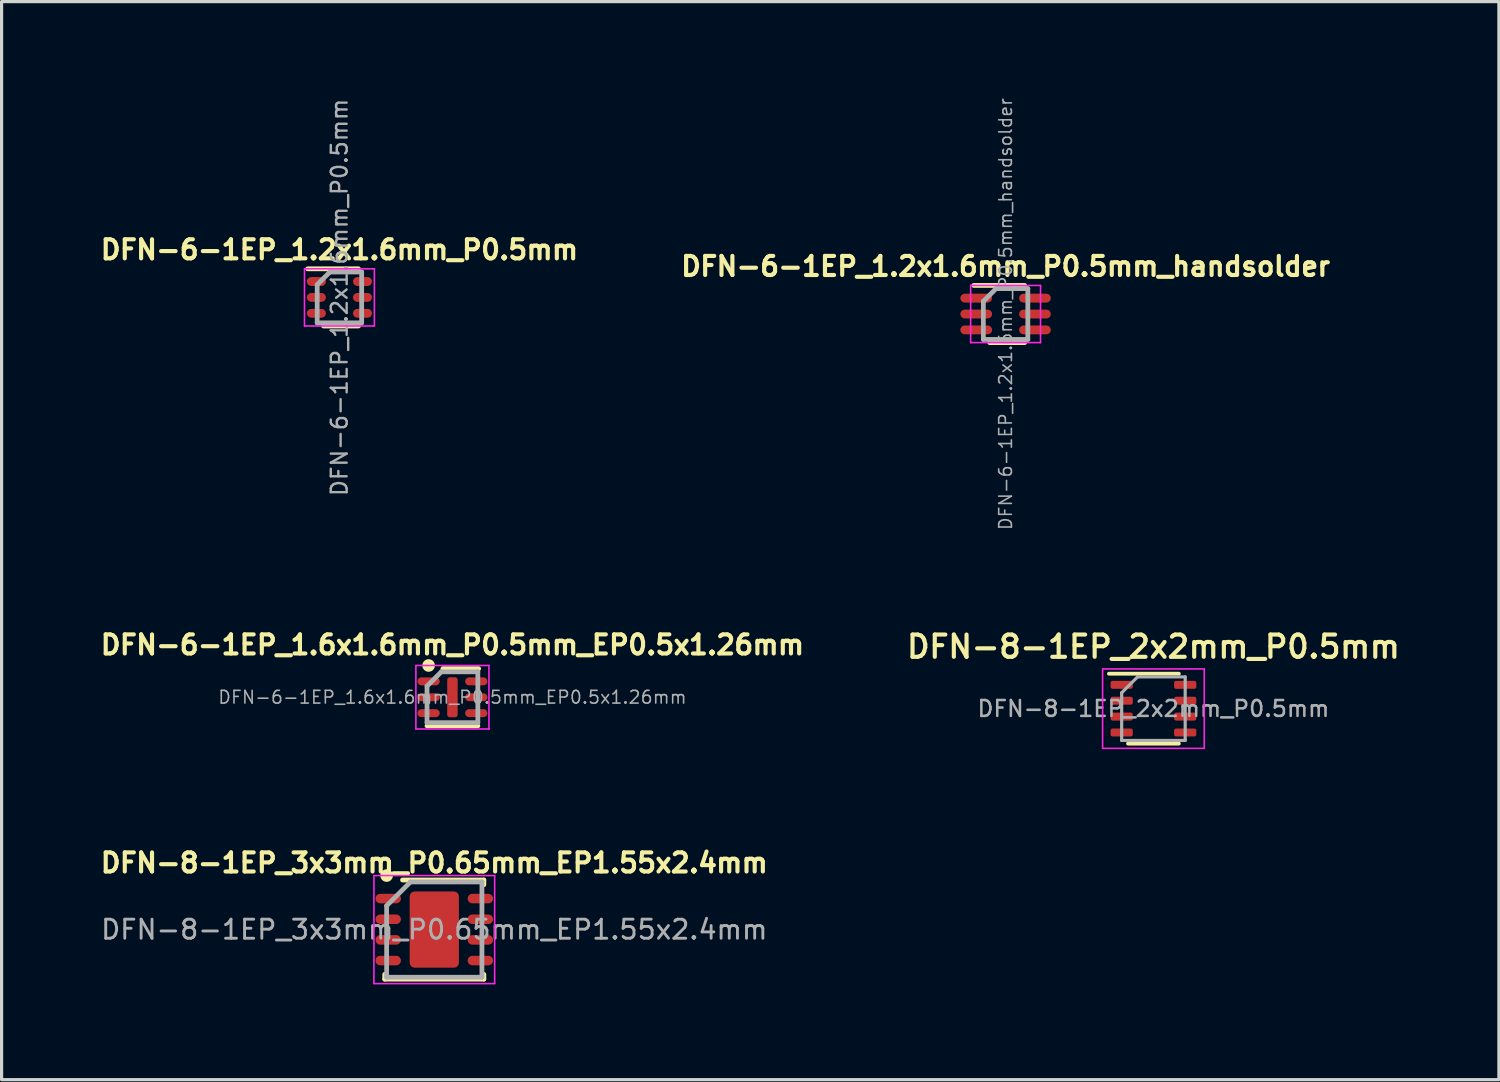
<source format=kicad_pcb>
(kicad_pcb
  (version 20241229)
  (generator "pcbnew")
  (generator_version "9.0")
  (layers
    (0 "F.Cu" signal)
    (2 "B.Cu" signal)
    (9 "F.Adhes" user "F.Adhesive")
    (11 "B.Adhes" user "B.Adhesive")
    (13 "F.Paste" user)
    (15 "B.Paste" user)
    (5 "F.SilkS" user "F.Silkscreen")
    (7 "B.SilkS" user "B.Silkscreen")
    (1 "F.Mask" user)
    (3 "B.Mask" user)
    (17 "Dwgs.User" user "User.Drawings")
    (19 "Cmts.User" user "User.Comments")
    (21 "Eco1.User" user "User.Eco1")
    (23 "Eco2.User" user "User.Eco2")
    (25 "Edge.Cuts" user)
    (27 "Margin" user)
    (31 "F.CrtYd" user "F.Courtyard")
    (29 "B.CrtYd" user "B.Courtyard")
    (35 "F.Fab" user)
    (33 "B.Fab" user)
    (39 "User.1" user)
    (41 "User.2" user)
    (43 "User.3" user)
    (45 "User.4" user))
  (footprint "DFN-6-1EP_1.6x1.6mm_P0.5mm_EP0.5x1.26mm"
    (layer "F.Cu")
    (at 11.192 18.899)
    (property "Reference" "DFN-6-1EP_1.6x1.6mm_P0.5mm_EP0.5x1.26mm" (at 0 -1.65 0) (layer "F.SilkS") (effects (font (size 0.6 0.6) (thickness 0.13))))
    (property "Value" "${VALUE}" (at 0 1.35 0) (layer "F.Fab") (hide yes) (effects (font (size 0.4 0.4) (thickness 0.05))))
    (attr smd)
    (fp_line (start -0.8 0.9) (end 0.8 0.9) (stroke (width 0.15) (type solid)) (layer "F.SilkS"))
    (fp_line (start -0.3 -0.9) (end 0.825 -0.9) (stroke (width 0.15) (type solid)) (layer "F.SilkS"))
    (fp_circle (center -0.75 -1) (end -0.65 -1) (stroke (width 0.2) (type solid)) (fill no) (layer "F.SilkS"))
    (fp_line (start -1.15 -1) (end -1.15 1) (stroke (width 0.05) (type solid)) (layer "F.CrtYd"))
    (fp_line (start -1.15 -1) (end 1.15 -1) (stroke (width 0.05) (type solid)) (layer "F.CrtYd"))
    (fp_line (start -1.15 1) (end 1.15 1) (stroke (width 0.05) (type solid)) (layer "F.CrtYd"))
    (fp_line (start 1.15 -1) (end 1.15 1) (stroke (width 0.05) (type solid)) (layer "F.CrtYd"))
    (fp_line (start -0.8 -0.35) (end -0.35 -0.8) (stroke (width 0.15) (type solid)) (layer "F.Fab"))
    (fp_line (start -0.8 0.8) (end -0.8 -0.35) (stroke (width 0.15) (type solid)) (layer "F.Fab"))
    (fp_line (start -0.35 -0.8) (end 0.8 -0.8) (stroke (width 0.15) (type solid)) (layer "F.Fab"))
    (fp_line (start 0.8 -0.8) (end 0.8 0.8) (stroke (width 0.15) (type solid)) (layer "F.Fab"))
    (fp_line (start 0.8 0.8) (end -0.8 0.8) (stroke (width 0.15) (type solid)) (layer "F.Fab"))
    (fp_text user "${REFERENCE}" (at 0 0 0) (layer "F.Fab") (effects (font (size 0.4 0.4) (thickness 0.05))))
    (pad "1" smd oval (at -0.75 -0.5) (size 0.7 0.25) (layers "F.Cu" "F.Mask" "F.Paste"))
    (pad "2" smd oval (at -0.75 0) (size 0.7 0.25) (layers "F.Cu" "F.Mask" "F.Paste"))
    (pad "3" smd oval (at -0.75 0.5) (size 0.7 0.25) (layers "F.Cu" "F.Mask" "F.Paste"))
    (pad "4" smd oval (at 0.75 0.5) (size 0.7 0.25) (layers "F.Cu" "F.Mask" "F.Paste"))
    (pad "5" smd oval (at 0.75 0) (size 0.7 0.25) (layers "F.Cu" "F.Mask" "F.Paste"))
    (pad "6" smd oval (at 0.75 -0.5) (size 0.7 0.25) (layers "F.Cu" "F.Mask" "F.Paste"))
    (pad "7" smd roundrect (at 0 0) (size 0.33 1.26) (layers "F.Cu" "F.Mask" "F.Paste") (roundrect_rratio 0.25)))
  (footprint "DFN-8-1EP_3x3mm_P0.65mm_EP1.55x2.4mm"
    (layer "F.Cu")
    (at 10.621 26.212)
    (property "Reference" "DFN-8-1EP_3x3mm_P0.65mm_EP1.55x2.4mm" (at 0 -2.1 0) (layer "F.SilkS") (effects (font (size 0.6 0.6) (thickness 0.13))))
    (property "Value" "${VALUE}" (at 0 2 0) (layer "F.Fab") (hide yes) (effects (font (size 0.4 0.4) (thickness 0.05))))
    (attr smd)
    (fp_line (start -1.56 1.56) (end -1.56 1.41) (stroke (width 0.15) (type solid)) (layer "F.SilkS"))
    (fp_line (start -1.56 1.56) (end 1.56 1.56) (stroke (width 0.15) (type solid)) (layer "F.SilkS"))
    (fp_line (start -1 -1.56) (end 1.56 -1.56) (stroke (width 0.15) (type solid)) (layer "F.SilkS"))
    (fp_line (start 1.56 -1.56) (end 1.56 -1.41) (stroke (width 0.15) (type solid)) (layer "F.SilkS"))
    (fp_line (start 1.56 1.56) (end 1.56 1.41) (stroke (width 0.15) (type solid)) (layer "F.SilkS"))
    (fp_circle (center -1.5 -1.7) (end -1.4 -1.7) (stroke (width 0.2) (type solid)) (fill no) (layer "F.SilkS"))
    (fp_line (start -1.9 -1.7) (end -1.9 1.7) (stroke (width 0.05) (type solid)) (layer "F.CrtYd"))
    (fp_line (start -1.9 -1.7) (end 1.9 -1.7) (stroke (width 0.05) (type solid)) (layer "F.CrtYd"))
    (fp_line (start -1.9 1.7) (end 1.9 1.7) (stroke (width 0.05) (type solid)) (layer "F.CrtYd"))
    (fp_line (start 1.9 -1.7) (end 1.9 1.7) (stroke (width 0.05) (type solid)) (layer "F.CrtYd"))
    (fp_line (start -1.5 -0.75) (end -0.75 -1.5) (stroke (width 0.15) (type solid)) (layer "F.Fab"))
    (fp_line (start -1.5 1.5) (end -1.5 -0.75) (stroke (width 0.15) (type solid)) (layer "F.Fab"))
    (fp_line (start -0.75 -1.5) (end 1.5 -1.5) (stroke (width 0.15) (type solid)) (layer "F.Fab"))
    (fp_line (start 1.5 -1.5) (end 1.5 1.5) (stroke (width 0.15) (type solid)) (layer "F.Fab"))
    (fp_line (start 1.5 1.5) (end -1.5 1.5) (stroke (width 0.15) (type solid)) (layer "F.Fab"))
    (fp_text user "${REFERENCE}" (at 0 0 0) (layer "F.Fab") (effects (font (size 0.6 0.6) (thickness 0.09))))
    (pad "" smd rect (at -0.388 -0.6) (size 0.6 1) (layers "F.Paste"))
    (pad "" smd rect (at -0.388 0.6) (size 0.6 1) (layers "F.Paste"))
    (pad "" smd rect (at 0.388 -0.6) (size 0.6 1) (layers "F.Paste"))
    (pad "" smd rect (at 0.388 0.6) (size 0.6 1) (layers "F.Paste"))
    (pad "1" smd oval (at -1.45 -0.975) (size 0.8 0.3) (layers "F.Cu" "F.Mask" "F.Paste"))
    (pad "2" smd oval (at -1.45 -0.325) (size 0.8 0.3) (layers "F.Cu" "F.Mask" "F.Paste"))
    (pad "3" smd oval (at -1.45 0.325) (size 0.8 0.3) (layers "F.Cu" "F.Mask" "F.Paste"))
    (pad "4" smd oval (at -1.45 0.975) (size 0.8 0.3) (layers "F.Cu" "F.Mask" "F.Paste"))
    (pad "5" smd oval (at 1.45 0.975) (size 0.8 0.3) (layers "F.Cu" "F.Mask" "F.Paste"))
    (pad "6" smd oval (at 1.45 0.325) (size 0.8 0.3) (layers "F.Cu" "F.Mask" "F.Paste"))
    (pad "7" smd oval (at 1.45 -0.325) (size 0.8 0.3) (layers "F.Cu" "F.Mask" "F.Paste"))
    (pad "8" smd oval (at 1.45 -0.975) (size 0.8 0.3) (layers "F.Cu" "F.Mask" "F.Paste"))
    (pad "9" smd roundrect (at 0 0) (size 1.55 2.4) (layers "F.Cu" "F.Mask") (roundrect_rratio 0.1)))
  (footprint "DFN-6-1EP_1.2x1.6mm_P0.5mm"
    (layer "F.Cu")
    (at 7.635 6.312)
    (property "Reference" "DFN-6-1EP_1.2x1.6mm_P0.5mm" (at 0 -1.5 0) (layer "F.SilkS") (effects (font (size 0.6 0.6) (thickness 0.13))))
    (attr smd)
    (fp_line (start -1 -0.9) (end 0.6 -0.9) (stroke (width 0.15) (type solid)) (layer "F.SilkS"))
    (fp_line (start -0.5 0.9) (end 0.6 0.9) (stroke (width 0.15) (type solid)) (layer "F.SilkS"))
    (fp_line (start -1.1 -0.9) (end -1.1 0.9) (stroke (width 0.05) (type solid)) (layer "F.CrtYd"))
    (fp_line (start -1.1 -0.9) (end 1.1 -0.9) (stroke (width 0.05) (type solid)) (layer "F.CrtYd"))
    (fp_line (start -1.1 0.9) (end 1.1 0.9) (stroke (width 0.05) (type solid)) (layer "F.CrtYd"))
    (fp_line (start 1.1 -0.9) (end 1.1 0.9) (stroke (width 0.05) (type solid)) (layer "F.CrtYd"))
    (fp_line (start -0.7 -0.4) (end -0.3 -0.8) (stroke (width 0.15) (type solid)) (layer "F.Fab"))
    (fp_line (start -0.7 0.8) (end -0.7 -0.4) (stroke (width 0.15) (type solid)) (layer "F.Fab"))
    (fp_line (start -0.3 -0.8) (end 0.7 -0.8) (stroke (width 0.15) (type solid)) (layer "F.Fab"))
    (fp_line (start 0.7 -0.8) (end 0.7 0.8) (stroke (width 0.15) (type solid)) (layer "F.Fab"))
    (fp_line (start 0.7 0.8) (end -0.7 0.8) (stroke (width 0.15) (type solid)) (layer "F.Fab"))
    (fp_text user "${REFERENCE}" (at 0 0 90) (layer "F.Fab") (effects (font (size 0.5 0.5) (thickness 0.075))))
    (pad "1" smd roundrect (at -0.725 -0.5) (size 0.6 0.28) (layers "F.Cu" "F.Mask" "F.Paste") (roundrect_rratio 0.5))
    (pad "2" smd roundrect (at -0.725 0) (size 0.6 0.28) (layers "F.Cu" "F.Mask" "F.Paste") (roundrect_rratio 0.5))
    (pad "3" smd roundrect (at -0.725 0.5) (size 0.6 0.28) (layers "F.Cu" "F.Mask" "F.Paste") (roundrect_rratio 0.5))
    (pad "4" smd roundrect (at 0.725 0.5) (size 0.6 0.28) (layers "F.Cu" "F.Mask" "F.Paste") (roundrect_rratio 0.5))
    (pad "5" smd roundrect (at 0.725 0) (size 0.6 0.28) (layers "F.Cu" "F.Mask" "F.Paste") (roundrect_rratio 0.5))
    (pad "6" smd roundrect (at 0.725 -0.5) (size 0.6 0.28) (layers "F.Cu" "F.Mask" "F.Paste") (roundrect_rratio 0.5)))
  (footprint "DFN-6-1EP_1.2x1.6mm_P0.5mm_handsolder"
    (layer "F.Cu")
    (at 28.605 6.835)
    (property "Reference" "DFN-6-1EP_1.2x1.6mm_P0.5mm_handsolder" (at 0 -1.5 0) (layer "F.SilkS") (effects (font (size 0.6 0.6) (thickness 0.13))))
    (attr smd)
    (fp_line (start -1 -0.9) (end 0.6 -0.9) (stroke (width 0.15) (type solid)) (layer "F.SilkS"))
    (fp_line (start -0.5 0.9) (end 0.6 0.9) (stroke (width 0.15) (type solid)) (layer "F.SilkS"))
    (fp_line (start -1.1 -0.9) (end -1.1 0.9) (stroke (width 0.05) (type solid)) (layer "F.CrtYd"))
    (fp_line (start -1.1 -0.9) (end 1.1 -0.9) (stroke (width 0.05) (type solid)) (layer "F.CrtYd"))
    (fp_line (start -1.1 0.9) (end 1.1 0.9) (stroke (width 0.05) (type solid)) (layer "F.CrtYd"))
    (fp_line (start 1.1 -0.9) (end 1.1 0.9) (stroke (width 0.05) (type solid)) (layer "F.CrtYd"))
    (fp_line (start -0.7 -0.4) (end -0.3 -0.8) (stroke (width 0.15) (type solid)) (layer "F.Fab"))
    (fp_line (start -0.7 0.8) (end -0.7 -0.4) (stroke (width 0.15) (type solid)) (layer "F.Fab"))
    (fp_line (start -0.3 -0.8) (end 0.7 -0.8) (stroke (width 0.15) (type solid)) (layer "F.Fab"))
    (fp_line (start 0.7 -0.8) (end 0.7 0.8) (stroke (width 0.15) (type solid)) (layer "F.Fab"))
    (fp_line (start 0.7 0.8) (end -0.7 0.8) (stroke (width 0.15) (type solid)) (layer "F.Fab"))
    (fp_text user "${REFERENCE}" (at 0 0 90) (layer "F.Fab") (effects (font (size 0.4 0.4) (thickness 0.05))))
    (pad "1" smd roundrect (at -0.925 -0.5) (size 1 0.28) (layers "F.Cu" "F.Mask" "F.Paste") (roundrect_rratio 0.5))
    (pad "2" smd roundrect (at -0.925 0) (size 1 0.28) (layers "F.Cu" "F.Mask" "F.Paste") (roundrect_rratio 0.5))
    (pad "3" smd roundrect (at -0.925 0.5) (size 1 0.28) (layers "F.Cu" "F.Mask" "F.Paste") (roundrect_rratio 0.5))
    (pad "4" smd roundrect (at 0.925 0.5) (size 1 0.28) (layers "F.Cu" "F.Mask" "F.Paste") (roundrect_rratio 0.5))
    (pad "5" smd roundrect (at 0.925 0) (size 1 0.28) (layers "F.Cu" "F.Mask" "F.Paste") (roundrect_rratio 0.5))
    (pad "6" smd roundrect (at 0.925 -0.5) (size 1 0.28) (layers "F.Cu" "F.Mask" "F.Paste") (roundrect_rratio 0.5)))
  (footprint "DFN-8-1EP_2x2mm_P0.5mm"
    (layer "F.Cu")
    (at 33.259 19.258)
    (property "Reference" "DFN-8-1EP_2x2mm_P0.5mm" (at 0 -1.95 0) (layer "F.SilkS") (effects (font (size 0.7 0.7) (thickness 0.13))))
    (attr smd)
    (fp_line (start -1.4 -1.1) (end 0.8 -1.1) (stroke (width 0.12) (type solid)) (layer "F.SilkS"))
    (fp_line (start -0.8 1.1) (end 0.8 1.1) (stroke (width 0.12) (type solid)) (layer "F.SilkS"))
    (fp_line (start -1.6 -1.25) (end -1.6 1.25) (stroke (width 0.05) (type solid)) (layer "F.CrtYd"))
    (fp_line (start -1.6 1.25) (end 1.6 1.25) (stroke (width 0.05) (type solid)) (layer "F.CrtYd"))
    (fp_line (start 1.6 -1.25) (end -1.6 -1.25) (stroke (width 0.05) (type solid)) (layer "F.CrtYd"))
    (fp_line (start 1.6 1.25) (end 1.6 -1.25) (stroke (width 0.05) (type solid)) (layer "F.CrtYd"))
    (fp_line (start -1 -0.5) (end -0.5 -1) (stroke (width 0.1) (type solid)) (layer "F.Fab"))
    (fp_line (start -1 1) (end -1 -0.5) (stroke (width 0.1) (type solid)) (layer "F.Fab"))
    (fp_line (start -0.5 -1) (end 1 -1) (stroke (width 0.1) (type solid)) (layer "F.Fab"))
    (fp_line (start 1 -1) (end 1 1) (stroke (width 0.1) (type solid)) (layer "F.Fab"))
    (fp_line (start 1 1) (end -1 1) (stroke (width 0.1) (type solid)) (layer "F.Fab"))
    (fp_text user "${REFERENCE}" (at 0 0 0) (layer "F.Fab") (effects (font (size 0.5 0.5) (thickness 0.08))))
    (pad "1" smd roundrect (at -1 -0.75) (size 0.7 0.25) (layers "F.Cu" "F.Mask" "F.Paste") (roundrect_rratio 0.25))
    (pad "2" smd roundrect (at -1 -0.25) (size 0.7 0.25) (layers "F.Cu" "F.Mask" "F.Paste") (roundrect_rratio 0.25))
    (pad "3" smd roundrect (at -1 0.25) (size 0.7 0.25) (layers "F.Cu" "F.Mask" "F.Paste") (roundrect_rratio 0.25))
    (pad "4" smd roundrect (at -1 0.75) (size 0.7 0.25) (layers "F.Cu" "F.Mask" "F.Paste") (roundrect_rratio 0.25))
    (pad "5" smd roundrect (at 1 0.75) (size 0.7 0.25) (layers "F.Cu" "F.Mask" "F.Paste") (roundrect_rratio 0.25))
    (pad "6" smd roundrect (at 1 0.25) (size 0.7 0.25) (layers "F.Cu" "F.Mask" "F.Paste") (roundrect_rratio 0.25))
    (pad "7" smd roundrect (at 1 -0.25) (size 0.7 0.25) (layers "F.Cu" "F.Mask" "F.Paste") (roundrect_rratio 0.25))
    (pad "8" smd roundrect (at 1 -0.75) (size 0.7 0.25) (layers "F.Cu" "F.Mask" "F.Paste") (roundrect_rratio 0.25)))
  (gr_rect
    (start -3 -3)
    (end 44.134 30.937)
    (stroke (width 0.1) (type default))
    (fill no)
    (layer "Edge.Cuts")))
</source>
